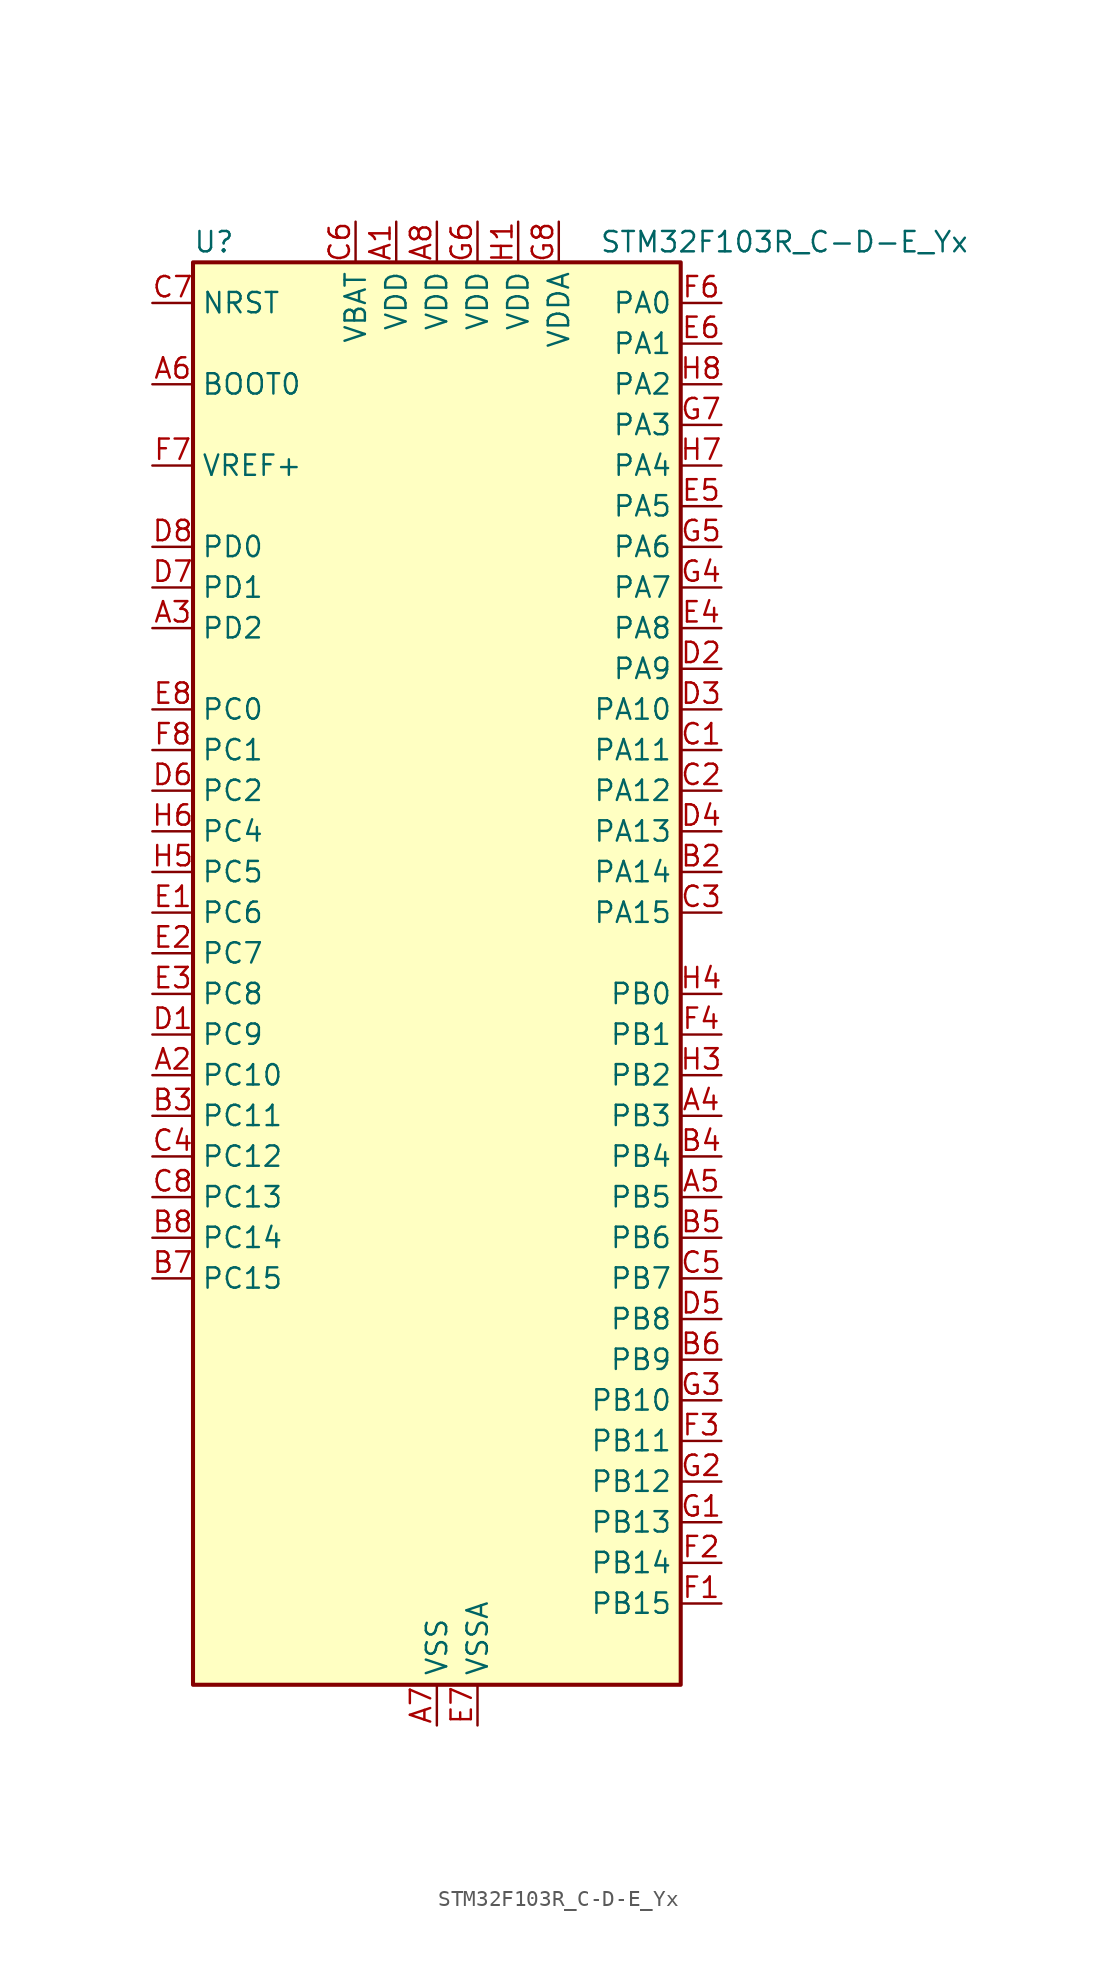
<source format=kicad_sym>
(kicad_symbol_lib
  (version 20220914)
  (generator kicad_symbol_editor)
  (symbol "STM32F103R_C-D-E_Yx"
    (property "Reference" "U"
      (at -15.24 46.99 0)
      (effects (font (size 1.27 1.27)) (justify left)))
    (property "Value" "STM32F103R_C-D-E_Yx"
      (at 10.16 46.99 0)
      (effects (font (size 1.27 1.27)) (justify left)))
    (property "ki_locked" ""
      (at 0 0 0)
      (effects (font (size 1.27 1.27))))
    (symbol "STM32F103R_C-D-E_Yx_0_1"
      (rectangle (start -15.24 -43.18) (end 15.24 45.72) (stroke (width 0.254) (type default)) (fill (type background))))
    (symbol "STM32F103R_C-D-E_Yx_1_1"
      (pin power_in line (at -2.54 48.26 270) (length 2.54) (name "VDD" (effects (font (size 1.27 1.27)))) (number "A1" (effects (font (size 1.27 1.27)))))
      (pin bidirectional line (at -17.78 -5.08 0) (length 2.54) (name "PC10" (effects (font (size 1.27 1.27)))) (number "A2" (effects (font (size 1.27 1.27)))) (alternate "SDIO_D2" bidirectional line) (alternate "UART4_TX" bidirectional line) (alternate "USART3_TX" bidirectional line))
      (pin bidirectional line (at -17.78 22.86 0) (length 2.54) (name "PD2" (effects (font (size 1.27 1.27)))) (number "A3" (effects (font (size 1.27 1.27)))) (alternate "SDIO_CMD" bidirectional line) (alternate "TIM3_ETR" bidirectional line) (alternate "UART5_RX" bidirectional line))
      (pin bidirectional line (at 17.78 -7.62 180) (length 2.54) (name "PB3" (effects (font (size 1.27 1.27)))) (number "A4" (effects (font (size 1.27 1.27)))) (alternate "I2S3_CK" bidirectional line) (alternate "SPI1_SCK" bidirectional line) (alternate "SPI3_SCK" bidirectional line) (alternate "SYS_JTDO-TRACESWO" bidirectional line) (alternate "TIM2_CH2" bidirectional line))
      (pin bidirectional line (at 17.78 -12.7 180) (length 2.54) (name "PB5" (effects (font (size 1.27 1.27)))) (number "A5" (effects (font (size 1.27 1.27)))) (alternate "I2C1_SMBA" bidirectional line) (alternate "I2S3_SD" bidirectional line) (alternate "SPI1_MOSI" bidirectional line) (alternate "SPI3_MOSI" bidirectional line) (alternate "TIM3_CH2" bidirectional line))
      (pin input line (at -17.78 38.1 0) (length 2.54) (name "BOOT0" (effects (font (size 1.27 1.27)))) (number "A6" (effects (font (size 1.27 1.27)))))
      (pin power_in line (at 0 -45.72 90) (length 2.54) (name "VSS" (effects (font (size 1.27 1.27)))) (number "A7" (effects (font (size 1.27 1.27)))))
      (pin power_in line (at 0 48.26 270) (length 2.54) (name "VDD" (effects (font (size 1.27 1.27)))) (number "A8" (effects (font (size 1.27 1.27)))))
      (pin passive line (at 0 -45.72 90) (length 2.54) hide (name "VSS" (effects (font (size 1.27 1.27)))) (number "B1" (effects (font (size 1.27 1.27)))))
      (pin bidirectional line (at 17.78 7.62 180) (length 2.54) (name "PA14" (effects (font (size 1.27 1.27)))) (number "B2" (effects (font (size 1.27 1.27)))) (alternate "SYS_JTCK-SWCLK" bidirectional line))
      (pin bidirectional line (at -17.78 -7.62 0) (length 2.54) (name "PC11" (effects (font (size 1.27 1.27)))) (number "B3" (effects (font (size 1.27 1.27)))) (alternate "ADC1_EXTI11" bidirectional line) (alternate "ADC2_EXTI11" bidirectional line) (alternate "SDIO_D3" bidirectional line) (alternate "UART4_RX" bidirectional line) (alternate "USART3_RX" bidirectional line))
      (pin bidirectional line (at 17.78 -10.16 180) (length 2.54) (name "PB4" (effects (font (size 1.27 1.27)))) (number "B4" (effects (font (size 1.27 1.27)))) (alternate "SPI1_MISO" bidirectional line) (alternate "SPI3_MISO" bidirectional line) (alternate "SYS_NJTRST" bidirectional line) (alternate "TIM3_CH1" bidirectional line))
      (pin bidirectional line (at 17.78 -15.24 180) (length 2.54) (name "PB6" (effects (font (size 1.27 1.27)))) (number "B5" (effects (font (size 1.27 1.27)))) (alternate "I2C1_SCL" bidirectional line) (alternate "TIM4_CH1" bidirectional line) (alternate "USART1_TX" bidirectional line))
      (pin bidirectional line (at 17.78 -22.86 180) (length 2.54) (name "PB9" (effects (font (size 1.27 1.27)))) (number "B6" (effects (font (size 1.27 1.27)))) (alternate "CAN_TX" bidirectional line) (alternate "DAC_EXTI9" bidirectional line) (alternate "I2C1_SDA" bidirectional line) (alternate "SDIO_D5" bidirectional line) (alternate "TIM4_CH4" bidirectional line))
      (pin bidirectional line (at -17.78 -17.78 0) (length 2.54) (name "PC15" (effects (font (size 1.27 1.27)))) (number "B7" (effects (font (size 1.27 1.27)))) (alternate "ADC1_EXTI15" bidirectional line) (alternate "ADC2_EXTI15" bidirectional line) (alternate "RCC_OSC32_OUT" bidirectional line))
      (pin bidirectional line (at -17.78 -15.24 0) (length 2.54) (name "PC14" (effects (font (size 1.27 1.27)))) (number "B8" (effects (font (size 1.27 1.27)))) (alternate "RCC_OSC32_IN" bidirectional line))
      (pin bidirectional line (at 17.78 15.24 180) (length 2.54) (name "PA11" (effects (font (size 1.27 1.27)))) (number "C1" (effects (font (size 1.27 1.27)))) (alternate "ADC1_EXTI11" bidirectional line) (alternate "ADC2_EXTI11" bidirectional line) (alternate "CAN_RX" bidirectional line) (alternate "TIM1_CH4" bidirectional line) (alternate "USART1_CTS" bidirectional line) (alternate "USB_DM" bidirectional line))
      (pin bidirectional line (at 17.78 12.7 180) (length 2.54) (name "PA12" (effects (font (size 1.27 1.27)))) (number "C2" (effects (font (size 1.27 1.27)))) (alternate "CAN_TX" bidirectional line) (alternate "TIM1_ETR" bidirectional line) (alternate "USART1_RTS" bidirectional line) (alternate "USB_DP" bidirectional line))
      (pin bidirectional line (at 17.78 5.08 180) (length 2.54) (name "PA15" (effects (font (size 1.27 1.27)))) (number "C3" (effects (font (size 1.27 1.27)))) (alternate "ADC1_EXTI15" bidirectional line) (alternate "ADC2_EXTI15" bidirectional line) (alternate "I2S3_WS" bidirectional line) (alternate "SPI1_NSS" bidirectional line) (alternate "SPI3_NSS" bidirectional line) (alternate "SYS_JTDI" bidirectional line) (alternate "TIM2_CH1" bidirectional line) (alternate "TIM2_ETR" bidirectional line))
      (pin bidirectional line (at -17.78 -10.16 0) (length 2.54) (name "PC12" (effects (font (size 1.27 1.27)))) (number "C4" (effects (font (size 1.27 1.27)))) (alternate "SDIO_CK" bidirectional line) (alternate "UART5_TX" bidirectional line) (alternate "USART3_CK" bidirectional line))
      (pin bidirectional line (at 17.78 -17.78 180) (length 2.54) (name "PB7" (effects (font (size 1.27 1.27)))) (number "C5" (effects (font (size 1.27 1.27)))) (alternate "I2C1_SDA" bidirectional line) (alternate "TIM4_CH2" bidirectional line) (alternate "USART1_RX" bidirectional line))
      (pin power_in line (at -5.08 48.26 270) (length 2.54) (name "VBAT" (effects (font (size 1.27 1.27)))) (number "C6" (effects (font (size 1.27 1.27)))))
      (pin input line (at -17.78 43.18 0) (length 2.54) (name "NRST" (effects (font (size 1.27 1.27)))) (number "C7" (effects (font (size 1.27 1.27)))))
      (pin bidirectional line (at -17.78 -12.7 0) (length 2.54) (name "PC13" (effects (font (size 1.27 1.27)))) (number "C8" (effects (font (size 1.27 1.27)))) (alternate "RTC_OUT" bidirectional line) (alternate "RTC_TAMPER" bidirectional line))
      (pin bidirectional line (at -17.78 -2.54 0) (length 2.54) (name "PC9" (effects (font (size 1.27 1.27)))) (number "D1" (effects (font (size 1.27 1.27)))) (alternate "DAC_EXTI9" bidirectional line) (alternate "SDIO_D1" bidirectional line) (alternate "TIM3_CH4" bidirectional line) (alternate "TIM8_CH4" bidirectional line))
      (pin bidirectional line (at 17.78 20.32 180) (length 2.54) (name "PA9" (effects (font (size 1.27 1.27)))) (number "D2" (effects (font (size 1.27 1.27)))) (alternate "DAC_EXTI9" bidirectional line) (alternate "TIM1_CH2" bidirectional line) (alternate "USART1_TX" bidirectional line))
      (pin bidirectional line (at 17.78 17.78 180) (length 2.54) (name "PA10" (effects (font (size 1.27 1.27)))) (number "D3" (effects (font (size 1.27 1.27)))) (alternate "TIM1_CH3" bidirectional line) (alternate "USART1_RX" bidirectional line))
      (pin bidirectional line (at 17.78 10.16 180) (length 2.54) (name "PA13" (effects (font (size 1.27 1.27)))) (number "D4" (effects (font (size 1.27 1.27)))) (alternate "SYS_JTMS-SWDIO" bidirectional line))
      (pin bidirectional line (at 17.78 -20.32 180) (length 2.54) (name "PB8" (effects (font (size 1.27 1.27)))) (number "D5" (effects (font (size 1.27 1.27)))) (alternate "CAN_RX" bidirectional line) (alternate "I2C1_SCL" bidirectional line) (alternate "SDIO_D4" bidirectional line) (alternate "TIM4_CH3" bidirectional line))
      (pin bidirectional line (at -17.78 12.7 0) (length 2.54) (name "PC2" (effects (font (size 1.27 1.27)))) (number "D6" (effects (font (size 1.27 1.27)))) (alternate "ADC1_IN12" bidirectional line) (alternate "ADC2_IN12" bidirectional line) (alternate "ADC3_IN12" bidirectional line))
      (pin bidirectional line (at -17.78 25.4 0) (length 2.54) (name "PD1" (effects (font (size 1.27 1.27)))) (number "D7" (effects (font (size 1.27 1.27)))) (alternate "RCC_OSC_OUT" bidirectional line))
      (pin bidirectional line (at -17.78 27.94 0) (length 2.54) (name "PD0" (effects (font (size 1.27 1.27)))) (number "D8" (effects (font (size 1.27 1.27)))) (alternate "RCC_OSC_IN" bidirectional line))
      (pin bidirectional line (at -17.78 5.08 0) (length 2.54) (name "PC6" (effects (font (size 1.27 1.27)))) (number "E1" (effects (font (size 1.27 1.27)))) (alternate "I2S2_MCK" bidirectional line) (alternate "SDIO_D6" bidirectional line) (alternate "TIM3_CH1" bidirectional line) (alternate "TIM8_CH1" bidirectional line))
      (pin bidirectional line (at -17.78 2.54 0) (length 2.54) (name "PC7" (effects (font (size 1.27 1.27)))) (number "E2" (effects (font (size 1.27 1.27)))) (alternate "I2S3_MCK" bidirectional line) (alternate "SDIO_D7" bidirectional line) (alternate "TIM3_CH2" bidirectional line) (alternate "TIM8_CH2" bidirectional line))
      (pin bidirectional line (at -17.78 0 0) (length 2.54) (name "PC8" (effects (font (size 1.27 1.27)))) (number "E3" (effects (font (size 1.27 1.27)))) (alternate "SDIO_D0" bidirectional line) (alternate "TIM3_CH3" bidirectional line) (alternate "TIM8_CH3" bidirectional line))
      (pin bidirectional line (at 17.78 22.86 180) (length 2.54) (name "PA8" (effects (font (size 1.27 1.27)))) (number "E4" (effects (font (size 1.27 1.27)))) (alternate "RCC_MCO" bidirectional line) (alternate "TIM1_CH1" bidirectional line) (alternate "USART1_CK" bidirectional line))
      (pin bidirectional line (at 17.78 30.48 180) (length 2.54) (name "PA5" (effects (font (size 1.27 1.27)))) (number "E5" (effects (font (size 1.27 1.27)))) (alternate "ADC1_IN5" bidirectional line) (alternate "ADC2_IN5" bidirectional line) (alternate "DAC_OUT2" bidirectional line) (alternate "SPI1_SCK" bidirectional line))
      (pin bidirectional line (at 17.78 40.64 180) (length 2.54) (name "PA1" (effects (font (size 1.27 1.27)))) (number "E6" (effects (font (size 1.27 1.27)))) (alternate "ADC1_IN1" bidirectional line) (alternate "ADC2_IN1" bidirectional line) (alternate "ADC3_IN1" bidirectional line) (alternate "TIM2_CH2" bidirectional line) (alternate "TIM5_CH2" bidirectional line) (alternate "USART2_RTS" bidirectional line))
      (pin power_in line (at 2.54 -45.72 90) (length 2.54) (name "VSSA" (effects (font (size 1.27 1.27)))) (number "E7" (effects (font (size 1.27 1.27)))))
      (pin bidirectional line (at -17.78 17.78 0) (length 2.54) (name "PC0" (effects (font (size 1.27 1.27)))) (number "E8" (effects (font (size 1.27 1.27)))) (alternate "ADC1_IN10" bidirectional line) (alternate "ADC2_IN10" bidirectional line) (alternate "ADC3_IN10" bidirectional line))
      (pin bidirectional line (at 17.78 -38.1 180) (length 2.54) (name "PB15" (effects (font (size 1.27 1.27)))) (number "F1" (effects (font (size 1.27 1.27)))) (alternate "ADC1_EXTI15" bidirectional line) (alternate "ADC2_EXTI15" bidirectional line) (alternate "I2S2_SD" bidirectional line) (alternate "SPI2_MOSI" bidirectional line) (alternate "TIM1_CH3N" bidirectional line))
      (pin bidirectional line (at 17.78 -35.56 180) (length 2.54) (name "PB14" (effects (font (size 1.27 1.27)))) (number "F2" (effects (font (size 1.27 1.27)))) (alternate "SPI2_MISO" bidirectional line) (alternate "TIM1_CH2N" bidirectional line) (alternate "USART3_RTS" bidirectional line))
      (pin bidirectional line (at 17.78 -27.94 180) (length 2.54) (name "PB11" (effects (font (size 1.27 1.27)))) (number "F3" (effects (font (size 1.27 1.27)))) (alternate "ADC1_EXTI11" bidirectional line) (alternate "ADC2_EXTI11" bidirectional line) (alternate "I2C2_SDA" bidirectional line) (alternate "TIM2_CH4" bidirectional line) (alternate "USART3_RX" bidirectional line))
      (pin bidirectional line (at 17.78 -2.54 180) (length 2.54) (name "PB1" (effects (font (size 1.27 1.27)))) (number "F4" (effects (font (size 1.27 1.27)))) (alternate "ADC1_IN9" bidirectional line) (alternate "ADC2_IN9" bidirectional line) (alternate "TIM1_CH3N" bidirectional line) (alternate "TIM3_CH4" bidirectional line) (alternate "TIM8_CH3N" bidirectional line))
      (pin passive line (at 0 -45.72 90) (length 2.54) hide (name "VSS" (effects (font (size 1.27 1.27)))) (number "F5" (effects (font (size 1.27 1.27)))))
      (pin bidirectional line (at 17.78 43.18 180) (length 2.54) (name "PA0" (effects (font (size 1.27 1.27)))) (number "F6" (effects (font (size 1.27 1.27)))) (alternate "ADC1_IN0" bidirectional line) (alternate "ADC2_IN0" bidirectional line) (alternate "ADC3_IN0" bidirectional line) (alternate "SYS_WKUP" bidirectional line) (alternate "TIM2_CH1" bidirectional line) (alternate "TIM2_ETR" bidirectional line) (alternate "TIM5_CH1" bidirectional line) (alternate "TIM8_ETR" bidirectional line) (alternate "USART2_CTS" bidirectional line))
      (pin input line (at -17.78 33.02 0) (length 2.54) (name "VREF+" (effects (font (size 1.27 1.27)))) (number "F7" (effects (font (size 1.27 1.27)))))
      (pin bidirectional line (at -17.78 15.24 0) (length 2.54) (name "PC1" (effects (font (size 1.27 1.27)))) (number "F8" (effects (font (size 1.27 1.27)))) (alternate "ADC1_IN11" bidirectional line) (alternate "ADC2_IN11" bidirectional line) (alternate "ADC3_IN11" bidirectional line))
      (pin bidirectional line (at 17.78 -33.02 180) (length 2.54) (name "PB13" (effects (font (size 1.27 1.27)))) (number "G1" (effects (font (size 1.27 1.27)))) (alternate "I2S2_CK" bidirectional line) (alternate "SPI2_SCK" bidirectional line) (alternate "TIM1_CH1N" bidirectional line) (alternate "USART3_CTS" bidirectional line))
      (pin bidirectional line (at 17.78 -30.48 180) (length 2.54) (name "PB12" (effects (font (size 1.27 1.27)))) (number "G2" (effects (font (size 1.27 1.27)))) (alternate "I2C2_SMBA" bidirectional line) (alternate "I2S2_WS" bidirectional line) (alternate "SPI2_NSS" bidirectional line) (alternate "TIM1_BKIN" bidirectional line) (alternate "USART3_CK" bidirectional line))
      (pin bidirectional line (at 17.78 -25.4 180) (length 2.54) (name "PB10" (effects (font (size 1.27 1.27)))) (number "G3" (effects (font (size 1.27 1.27)))) (alternate "I2C2_SCL" bidirectional line) (alternate "TIM2_CH3" bidirectional line) (alternate "USART3_TX" bidirectional line))
      (pin bidirectional line (at 17.78 25.4 180) (length 2.54) (name "PA7" (effects (font (size 1.27 1.27)))) (number "G4" (effects (font (size 1.27 1.27)))) (alternate "ADC1_IN7" bidirectional line) (alternate "ADC2_IN7" bidirectional line) (alternate "SPI1_MOSI" bidirectional line) (alternate "TIM1_CH1N" bidirectional line) (alternate "TIM3_CH2" bidirectional line) (alternate "TIM8_CH1N" bidirectional line))
      (pin bidirectional line (at 17.78 27.94 180) (length 2.54) (name "PA6" (effects (font (size 1.27 1.27)))) (number "G5" (effects (font (size 1.27 1.27)))) (alternate "ADC1_IN6" bidirectional line) (alternate "ADC2_IN6" bidirectional line) (alternate "SPI1_MISO" bidirectional line) (alternate "TIM1_BKIN" bidirectional line) (alternate "TIM3_CH1" bidirectional line) (alternate "TIM8_BKIN" bidirectional line))
      (pin power_in line (at 2.54 48.26 270) (length 2.54) (name "VDD" (effects (font (size 1.27 1.27)))) (number "G6" (effects (font (size 1.27 1.27)))))
      (pin bidirectional line (at 17.78 35.56 180) (length 2.54) (name "PA3" (effects (font (size 1.27 1.27)))) (number "G7" (effects (font (size 1.27 1.27)))) (alternate "ADC1_IN3" bidirectional line) (alternate "ADC2_IN3" bidirectional line) (alternate "ADC3_IN3" bidirectional line) (alternate "TIM2_CH4" bidirectional line) (alternate "TIM5_CH4" bidirectional line) (alternate "USART2_RX" bidirectional line))
      (pin power_in line (at 7.62 48.26 270) (length 2.54) (name "VDDA" (effects (font (size 1.27 1.27)))) (number "G8" (effects (font (size 1.27 1.27)))))
      (pin power_in line (at 5.08 48.26 270) (length 2.54) (name "VDD" (effects (font (size 1.27 1.27)))) (number "H1" (effects (font (size 1.27 1.27)))))
      (pin passive line (at 0 -45.72 90) (length 2.54) hide (name "VSS" (effects (font (size 1.27 1.27)))) (number "H2" (effects (font (size 1.27 1.27)))))
      (pin bidirectional line (at 17.78 -5.08 180) (length 2.54) (name "PB2" (effects (font (size 1.27 1.27)))) (number "H3" (effects (font (size 1.27 1.27)))))
      (pin bidirectional line (at 17.78 0 180) (length 2.54) (name "PB0" (effects (font (size 1.27 1.27)))) (number "H4" (effects (font (size 1.27 1.27)))) (alternate "ADC1_IN8" bidirectional line) (alternate "ADC2_IN8" bidirectional line) (alternate "TIM1_CH2N" bidirectional line) (alternate "TIM3_CH3" bidirectional line) (alternate "TIM8_CH2N" bidirectional line))
      (pin bidirectional line (at -17.78 7.62 0) (length 2.54) (name "PC5" (effects (font (size 1.27 1.27)))) (number "H5" (effects (font (size 1.27 1.27)))) (alternate "ADC1_IN15" bidirectional line) (alternate "ADC2_IN15" bidirectional line))
      (pin bidirectional line (at -17.78 10.16 0) (length 2.54) (name "PC4" (effects (font (size 1.27 1.27)))) (number "H6" (effects (font (size 1.27 1.27)))) (alternate "ADC1_IN14" bidirectional line) (alternate "ADC2_IN14" bidirectional line))
      (pin bidirectional line (at 17.78 33.02 180) (length 2.54) (name "PA4" (effects (font (size 1.27 1.27)))) (number "H7" (effects (font (size 1.27 1.27)))) (alternate "ADC1_IN4" bidirectional line) (alternate "ADC2_IN4" bidirectional line) (alternate "DAC_OUT1" bidirectional line) (alternate "SPI1_NSS" bidirectional line) (alternate "USART2_CK" bidirectional line))
      (pin bidirectional line (at 17.78 38.1 180) (length 2.54) (name "PA2" (effects (font (size 1.27 1.27)))) (number "H8" (effects (font (size 1.27 1.27)))) (alternate "ADC1_IN2" bidirectional line) (alternate "ADC2_IN2" bidirectional line) (alternate "ADC3_IN2" bidirectional line) (alternate "TIM2_CH3" bidirectional line) (alternate "TIM5_CH3" bidirectional line) (alternate "USART2_TX" bidirectional line)))))
</source>
